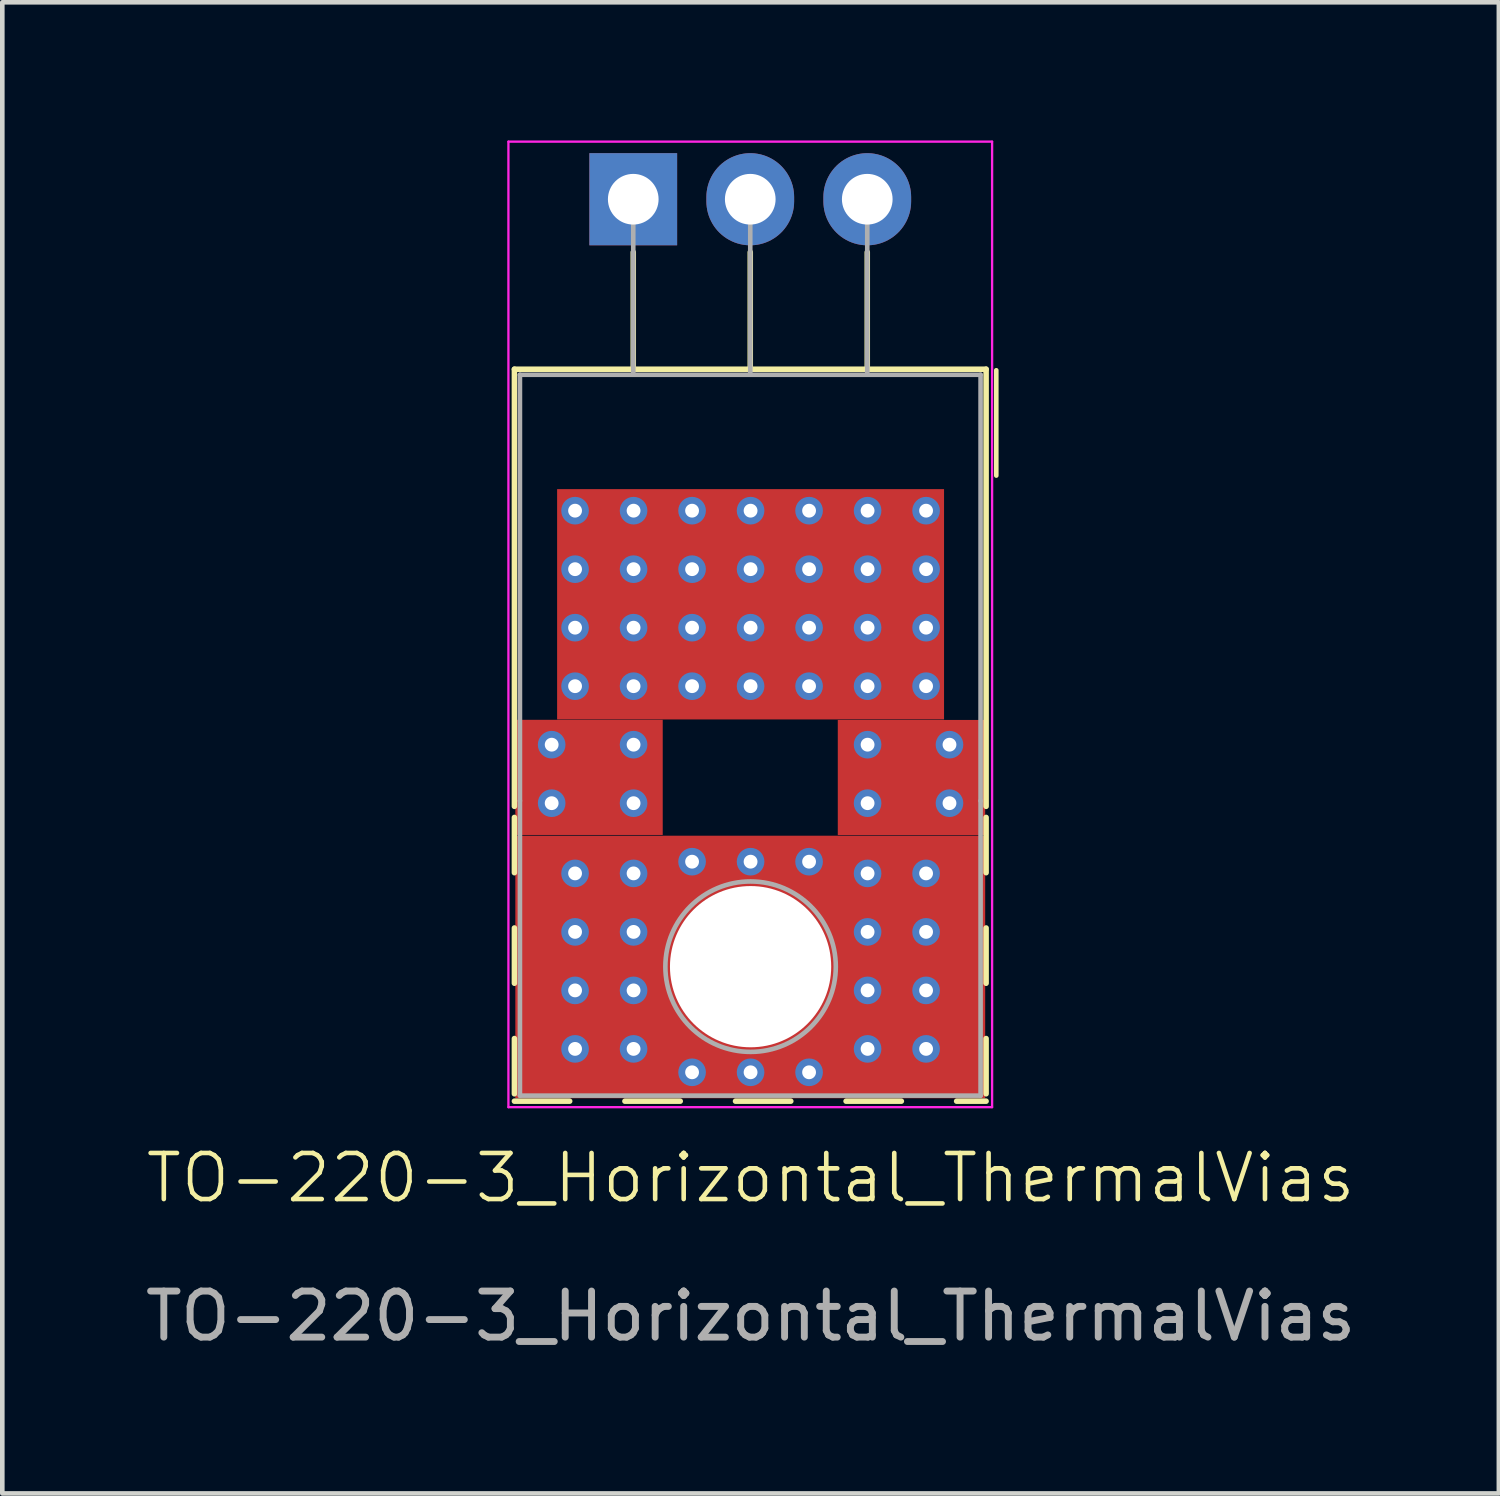
<source format=kicad_pcb>
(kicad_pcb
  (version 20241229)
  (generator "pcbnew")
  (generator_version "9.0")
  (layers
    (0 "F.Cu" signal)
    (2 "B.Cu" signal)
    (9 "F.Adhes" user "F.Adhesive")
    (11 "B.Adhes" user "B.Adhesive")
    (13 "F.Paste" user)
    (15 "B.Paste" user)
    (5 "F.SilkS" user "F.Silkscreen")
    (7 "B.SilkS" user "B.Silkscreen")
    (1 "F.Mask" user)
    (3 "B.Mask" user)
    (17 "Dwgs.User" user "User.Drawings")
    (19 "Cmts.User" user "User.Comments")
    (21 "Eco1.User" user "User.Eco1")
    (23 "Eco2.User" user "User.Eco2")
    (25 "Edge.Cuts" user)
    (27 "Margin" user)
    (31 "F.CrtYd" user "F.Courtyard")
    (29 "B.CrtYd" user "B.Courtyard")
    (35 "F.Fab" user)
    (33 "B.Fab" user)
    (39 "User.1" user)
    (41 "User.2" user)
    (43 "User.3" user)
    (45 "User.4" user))
  (footprint "TO-220-3_Horizontal_ThermalVias"
    (layer "F.Cu")
    (at 13.244 23.022)
    (property "Reference" "TO-220-3_Horizontal_ThermalVias" (at 0 -0.5 0) (unlocked yes) (layer "F.SilkS") (effects (font (size 1 1) (thickness 0.1))))
    (attr through_hole)
    (fp_line (start -5.127 -18.057) (end -5.127 -8.567) (stroke (width 0.12) (type solid)) (layer "F.SilkS"))
    (fp_line (start -5.127 -18.057) (end 5.113 -18.057) (stroke (width 0.12) (type solid)) (layer "F.SilkS"))
    (fp_line (start -5.127 -8.327) (end -5.127 -7.127) (stroke (width 0.12) (type solid)) (layer "F.SilkS"))
    (fp_line (start -5.127 -5.927) (end -5.127 -4.727) (stroke (width 0.12) (type solid)) (layer "F.SilkS"))
    (fp_line (start -5.127 -3.527) (end -5.127 -2.327) (stroke (width 0.12) (type solid)) (layer "F.SilkS"))
    (fp_line (start -5.127 -2.167) (end -3.927 -2.167) (stroke (width 0.12) (type solid)) (layer "F.SilkS"))
    (fp_line (start -2.728 -2.167) (end -1.527 -2.167) (stroke (width 0.12) (type solid)) (layer "F.SilkS"))
    (fp_line (start -2.547 -20.597) (end -2.547 -18.057) (stroke (width 0.12) (type solid)) (layer "F.SilkS"))
    (fp_line (start -0.327 -2.167) (end 0.873 -2.167) (stroke (width 0.12) (type solid)) (layer "F.SilkS"))
    (fp_line (start -0.007 -20.597) (end -0.007 -18.057) (stroke (width 0.12) (type solid)) (layer "F.SilkS"))
    (fp_line (start 2.073 -2.167) (end 3.273 -2.167) (stroke (width 0.12) (type solid)) (layer "F.SilkS"))
    (fp_line (start 2.533 -20.597) (end 2.533 -18.057) (stroke (width 0.12) (type solid)) (layer "F.SilkS"))
    (fp_line (start 4.473 -2.167) (end 5.113 -2.167) (stroke (width 0.12) (type solid)) (layer "F.SilkS"))
    (fp_line (start 5.113 -18.057) (end 5.113 -8.567) (stroke (width 0.12) (type solid)) (layer "F.SilkS"))
    (fp_line (start 5.113 -8.327) (end 5.113 -7.127) (stroke (width 0.12) (type solid)) (layer "F.SilkS"))
    (fp_line (start 5.113 -5.927) (end 5.113 -4.727) (stroke (width 0.12) (type solid)) (layer "F.SilkS"))
    (fp_line (start 5.113 -3.527) (end 5.113 -2.327) (stroke (width 0.12) (type solid)) (layer "F.SilkS"))
    (fp_line (start 5.334 -18.034) (end 5.334 -15.748) (stroke (width 0.1) (type default)) (layer "F.SilkS"))
    (fp_line (start -5.257 -22.997) (end -5.257 -2.037) (stroke (width 0.05) (type solid)) (layer "F.CrtYd"))
    (fp_line (start -5.257 -2.037) (end 5.243 -2.037) (stroke (width 0.05) (type solid)) (layer "F.CrtYd"))
    (fp_line (start 5.243 -22.997) (end -5.257 -22.997) (stroke (width 0.05) (type solid)) (layer "F.CrtYd"))
    (fp_line (start 5.243 -2.037) (end 5.243 -22.997) (stroke (width 0.05) (type solid)) (layer "F.CrtYd"))
    (fp_line (start -5.007 -17.937) (end -5.007 -8.687) (stroke (width 0.1) (type solid)) (layer "F.Fab"))
    (fp_line (start -5.007 -8.687) (end -5.007 -2.287) (stroke (width 0.1) (type solid)) (layer "F.Fab"))
    (fp_line (start -5.007 -2.287) (end 4.993 -2.287) (stroke (width 0.1) (type solid)) (layer "F.Fab"))
    (fp_line (start -2.547 -17.937) (end -2.547 -21.747) (stroke (width 0.1) (type solid)) (layer "F.Fab"))
    (fp_line (start -0.007 -17.937) (end -0.007 -21.747) (stroke (width 0.1) (type solid)) (layer "F.Fab"))
    (fp_line (start 2.533 -17.937) (end 2.533 -21.747) (stroke (width 0.1) (type solid)) (layer "F.Fab"))
    (fp_line (start 4.993 -17.937) (end -5.007 -17.937) (stroke (width 0.1) (type solid)) (layer "F.Fab"))
    (fp_line (start 4.993 -8.687) (end 4.993 -17.937) (stroke (width 0.1) (type solid)) (layer "F.Fab"))
    (fp_line (start 4.993 -2.287) (end 4.993 -8.687) (stroke (width 0.1) (type solid)) (layer "F.Fab"))
    (fp_circle (center 0 -5.087) (end 1.85 -5.087) (stroke (width 0.1) (type solid)) (fill no) (layer "F.Fab"))
    (fp_text user "${REFERENCE}" (at 0 2.5 0) (unlocked yes) (layer "F.Fab") (effects (font (size 1 1) (thickness 0.15))))
    (pad "" np_thru_hole circle (at 0 -5.087) (size 3.5 3.5) (drill 3.5) (layers "*.Cu" "*.Mask"))
    (pad "1" thru_hole rect (at -2.547 -21.747) (size 1.905 2) (drill 1.1) (layers "*.Cu" "*.Mask"))
    (pad "2" thru_hole oval (at -0.007 -21.747) (size 1.905 2) (drill 1.1) (layers "*.Cu" "*.Mask"))
    (pad "3" thru_hole oval (at 2.533 -21.747) (size 1.905 2) (drill 1.1) (layers "*.Cu" "*.Mask"))
    (pad "4" thru_hole circle (at -4.318 -9.906) (size 0.6 0.6) (drill 0.3) (layers "*.Cu" "*.Mask"))
    (pad "4" thru_hole circle (at -4.318 -8.636) (size 0.6 0.6) (drill 0.3) (layers "*.Cu" "*.Mask"))
    (pad "4" thru_hole circle (at -3.81 -14.986) (size 0.6 0.6) (drill 0.3) (layers "*.Cu" "*.Mask"))
    (pad "4" thru_hole circle (at -3.81 -13.716) (size 0.6 0.6) (drill 0.3) (layers "*.Cu" "*.Mask"))
    (pad "4" thru_hole circle (at -3.81 -12.446) (size 0.6 0.6) (drill 0.3) (layers "*.Cu" "*.Mask"))
    (pad "4" thru_hole circle (at -3.81 -11.176) (size 0.6 0.6) (drill 0.3) (layers "*.Cu" "*.Mask"))
    (pad "4" thru_hole circle (at -3.81 -7.112) (size 0.6 0.6) (drill 0.3) (layers "*.Cu" "*.Mask"))
    (pad "4" thru_hole circle (at -3.81 -5.842) (size 0.6 0.6) (drill 0.3) (layers "*.Cu" "*.Mask"))
    (pad "4" thru_hole circle (at -3.81 -4.572) (size 0.6 0.6) (drill 0.3) (layers "*.Cu" "*.Mask"))
    (pad "4" thru_hole circle (at -3.81 -3.302) (size 0.6 0.6) (drill 0.3) (layers "*.Cu" "*.Mask"))
    (pad "4" smd trapezoid (at -3.507 -9.196) (size 3.2 2.5) (layers "F.Cu" "F.Mask" "F.Paste"))
    (pad "4" thru_hole circle (at -2.54 -14.986) (size 0.6 0.6) (drill 0.3) (layers "*.Cu" "*.Mask"))
    (pad "4" thru_hole circle (at -2.54 -13.716) (size 0.6 0.6) (drill 0.3) (layers "*.Cu" "*.Mask"))
    (pad "4" thru_hole circle (at -2.54 -12.446) (size 0.6 0.6) (drill 0.3) (layers "*.Cu" "*.Mask"))
    (pad "4" thru_hole circle (at -2.54 -11.176) (size 0.6 0.6) (drill 0.3) (layers "*.Cu" "*.Mask"))
    (pad "4" thru_hole circle (at -2.54 -9.906) (size 0.6 0.6) (drill 0.3) (layers "*.Cu" "*.Mask"))
    (pad "4" thru_hole circle (at -2.54 -8.636) (size 0.6 0.6) (drill 0.3) (layers "*.Cu" "*.Mask"))
    (pad "4" thru_hole circle (at -2.54 -7.112) (size 0.6 0.6) (drill 0.3) (layers "*.Cu" "*.Mask"))
    (pad "4" thru_hole circle (at -2.54 -5.842) (size 0.6 0.6) (drill 0.3) (layers "*.Cu" "*.Mask"))
    (pad "4" thru_hole circle (at -2.54 -4.572) (size 0.6 0.6) (drill 0.3) (layers "*.Cu" "*.Mask"))
    (pad "4" thru_hole circle (at -2.54 -3.302) (size 0.6 0.6) (drill 0.3) (layers "*.Cu" "*.Mask"))
    (pad "4" thru_hole circle (at -1.27 -14.986) (size 0.6 0.6) (drill 0.3) (layers "*.Cu" "*.Mask"))
    (pad "4" thru_hole circle (at -1.27 -13.716) (size 0.6 0.6) (drill 0.3) (layers "*.Cu" "*.Mask"))
    (pad "4" thru_hole circle (at -1.27 -12.446) (size 0.6 0.6) (drill 0.3) (layers "*.Cu" "*.Mask"))
    (pad "4" thru_hole circle (at -1.27 -11.176) (size 0.6 0.6) (drill 0.3) (layers "*.Cu" "*.Mask"))
    (pad "4" thru_hole circle (at -1.27 -7.366) (size 0.6 0.6) (drill 0.3) (layers "*.Cu" "*.Mask"))
    (pad "4" thru_hole circle (at -1.27 -2.794) (size 0.6 0.6) (drill 0.3) (layers "*.Cu" "*.Mask"))
    (pad "4" smd trapezoid (at -0.007 -5.08) (size 10.2 5.7) (layers "F.Cu" "F.Mask" "F.Paste"))
    (pad "4" thru_hole circle (at 0 -14.986) (size 0.6 0.6) (drill 0.3) (layers "*.Cu" "*.Mask"))
    (pad "4" thru_hole circle (at 0 -13.716) (size 0.6 0.6) (drill 0.3) (layers "*.Cu" "*.Mask"))
    (pad "4" smd rect (at 0 -12.954) (size 8.4 5) (layers "F.Cu" "F.Mask" "F.Paste"))
    (pad "4" thru_hole circle (at 0 -12.446) (size 0.6 0.6) (drill 0.3) (layers "*.Cu" "*.Mask"))
    (pad "4" thru_hole circle (at 0 -11.176) (size 0.6 0.6) (drill 0.3) (layers "*.Cu" "*.Mask"))
    (pad "4" thru_hole circle (at 0 -7.366) (size 0.6 0.6) (drill 0.3) (layers "*.Cu" "*.Mask"))
    (pad "4" thru_hole circle (at 0 -2.794) (size 0.6 0.6) (drill 0.3) (layers "*.Cu" "*.Mask"))
    (pad "4" thru_hole circle (at 1.27 -14.986) (size 0.6 0.6) (drill 0.3) (layers "*.Cu" "*.Mask"))
    (pad "4" thru_hole circle (at 1.27 -13.716) (size 0.6 0.6) (drill 0.3) (layers "*.Cu" "*.Mask"))
    (pad "4" thru_hole circle (at 1.27 -12.446) (size 0.6 0.6) (drill 0.3) (layers "*.Cu" "*.Mask"))
    (pad "4" thru_hole circle (at 1.27 -11.176) (size 0.6 0.6) (drill 0.3) (layers "*.Cu" "*.Mask"))
    (pad "4" thru_hole circle (at 1.27 -7.366) (size 0.6 0.6) (drill 0.3) (layers "*.Cu" "*.Mask"))
    (pad "4" thru_hole circle (at 1.27 -2.794) (size 0.6 0.6) (drill 0.3) (layers "*.Cu" "*.Mask"))
    (pad "4" thru_hole circle (at 2.54 -14.986) (size 0.6 0.6) (drill 0.3) (layers "*.Cu" "*.Mask"))
    (pad "4" thru_hole circle (at 2.54 -13.716) (size 0.6 0.6) (drill 0.3) (layers "*.Cu" "*.Mask"))
    (pad "4" thru_hole circle (at 2.54 -12.446) (size 0.6 0.6) (drill 0.3) (layers "*.Cu" "*.Mask"))
    (pad "4" thru_hole circle (at 2.54 -11.176) (size 0.6 0.6) (drill 0.3) (layers "*.Cu" "*.Mask"))
    (pad "4" thru_hole circle (at 2.54 -9.906) (size 0.6 0.6) (drill 0.3) (layers "*.Cu" "*.Mask"))
    (pad "4" thru_hole circle (at 2.54 -8.636) (size 0.6 0.6) (drill 0.3) (layers "*.Cu" "*.Mask"))
    (pad "4" thru_hole circle (at 2.54 -7.112) (size 0.6 0.6) (drill 0.3) (layers "*.Cu" "*.Mask"))
    (pad "4" thru_hole circle (at 2.54 -5.842) (size 0.6 0.6) (drill 0.3) (layers "*.Cu" "*.Mask"))
    (pad "4" thru_hole circle (at 2.54 -4.572) (size 0.6 0.6) (drill 0.3) (layers "*.Cu" "*.Mask"))
    (pad "4" thru_hole circle (at 2.54 -3.302) (size 0.6 0.6) (drill 0.3) (layers "*.Cu" "*.Mask"))
    (pad "4" smd trapezoid (at 3.493 -9.193) (size 3.2 2.5) (layers "F.Cu" "F.Mask" "F.Paste"))
    (pad "4" thru_hole circle (at 3.81 -14.986) (size 0.6 0.6) (drill 0.3) (layers "*.Cu" "*.Mask"))
    (pad "4" thru_hole circle (at 3.81 -13.716) (size 0.6 0.6) (drill 0.3) (layers "*.Cu" "*.Mask"))
    (pad "4" thru_hole circle (at 3.81 -12.446) (size 0.6 0.6) (drill 0.3) (layers "*.Cu" "*.Mask"))
    (pad "4" thru_hole circle (at 3.81 -11.176) (size 0.6 0.6) (drill 0.3) (layers "*.Cu" "*.Mask"))
    (pad "4" thru_hole circle (at 3.81 -7.112) (size 0.6 0.6) (drill 0.3) (layers "*.Cu" "*.Mask"))
    (pad "4" thru_hole circle (at 3.81 -5.842) (size 0.6 0.6) (drill 0.3) (layers "*.Cu" "*.Mask"))
    (pad "4" thru_hole circle (at 3.81 -4.572) (size 0.6 0.6) (drill 0.3) (layers "*.Cu" "*.Mask"))
    (pad "4" thru_hole circle (at 3.81 -3.302) (size 0.6 0.6) (drill 0.3) (layers "*.Cu" "*.Mask"))
    (pad "4" thru_hole circle (at 4.318 -9.906) (size 0.6 0.6) (drill 0.3) (layers "*.Cu" "*.Mask"))
    (pad "4" thru_hole circle (at 4.318 -8.636) (size 0.6 0.6) (drill 0.3) (layers "*.Cu" "*.Mask")))
  (gr_rect
    (start -3 -3)
    (end 29.488 29.37)
    (stroke (width 0.1) (type default))
    (fill no)
    (layer "Edge.Cuts")))
</source>
